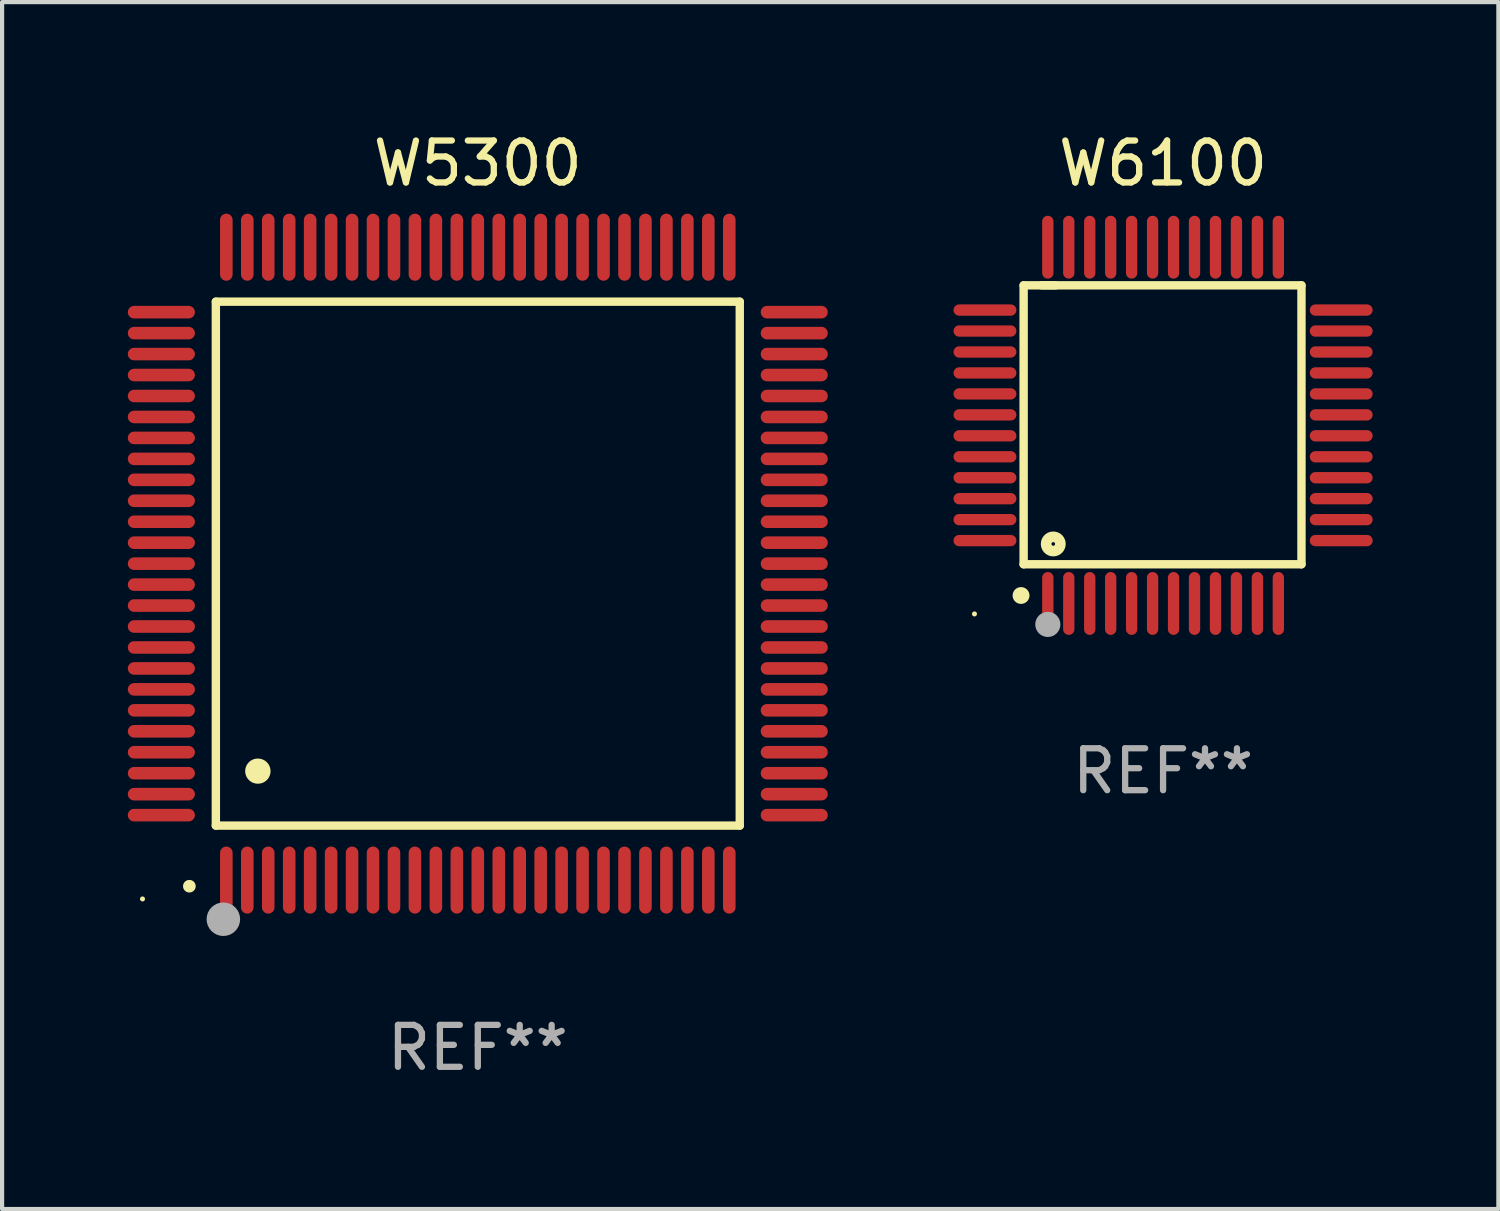
<source format=kicad_pcb>
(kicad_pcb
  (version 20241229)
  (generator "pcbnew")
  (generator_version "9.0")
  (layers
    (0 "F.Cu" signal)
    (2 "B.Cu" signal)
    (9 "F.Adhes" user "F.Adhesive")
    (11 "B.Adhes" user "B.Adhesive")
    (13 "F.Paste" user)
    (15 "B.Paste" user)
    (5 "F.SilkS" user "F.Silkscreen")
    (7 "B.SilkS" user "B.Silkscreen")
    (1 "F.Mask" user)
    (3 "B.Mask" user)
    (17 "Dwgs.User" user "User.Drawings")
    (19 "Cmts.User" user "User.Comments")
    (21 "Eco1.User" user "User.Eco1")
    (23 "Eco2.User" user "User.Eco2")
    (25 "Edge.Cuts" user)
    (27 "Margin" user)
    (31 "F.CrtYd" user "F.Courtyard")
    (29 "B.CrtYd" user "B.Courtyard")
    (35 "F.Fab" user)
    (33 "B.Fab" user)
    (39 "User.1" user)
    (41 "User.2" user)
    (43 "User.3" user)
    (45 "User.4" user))
  (footprint "W5300"
    (layer "F.Cu")
    (at 8.35 10.398)
    (property "Reference" "W5300" (at 0 -9.55 0) (layer "F.SilkS") (effects (font (size 1 1) (thickness 0.15))))
    (attr through_hole)
    (fp_line (start -6.25 -6.25) (end -6.25 6.25) (stroke (width 0.2) (type solid)) (layer "F.SilkS"))
    (fp_line (start -6.25 6.25) (end 6.25 6.25) (stroke (width 0.2) (type solid)) (layer "F.SilkS"))
    (fp_line (start 6.25 -6.25) (end -6.25 -6.25) (stroke (width 0.2) (type solid)) (layer "F.SilkS"))
    (fp_line (start 6.25 6.25) (end 6.25 -6.25) (stroke (width 0.2) (type solid)) (layer "F.SilkS"))
    (fp_arc (start -6.883414 7.696215) (mid -6.882144 7.69621) (end -6.880874 7.696215) (stroke (width 0.3) (type solid)) (layer "F.SilkS"))
    (fp_arc (start -5.250191 4.95047) (mid -5.247651 4.950459) (end -5.245111 4.95047) (stroke (width 0.6) (type solid)) (layer "F.SilkS"))
    (fp_circle (center -8 8) (end -7.97 8) (stroke (width 0.06) (type solid)) (fill no) (layer "F.SilkS"))
    (fp_circle (center -6.071 8.484) (end -5.871 8.484) (stroke (width 0.4) (type solid)) (fill no) (layer "F.Fab"))
    (fp_text user "REF**" (at 0 11.55 0) (layer "F.Fab") (effects (font (size 1 1) (thickness 0.15))))
    (pad "1" smd oval (at -6 7.55) (size 0.3 1.6) (layers "F.Cu" "F.Mask" "F.Paste"))
    (pad "2" smd oval (at -5.5 7.55) (size 0.3 1.6) (layers "F.Cu" "F.Mask" "F.Paste"))
    (pad "3" smd oval (at -5 7.55) (size 0.3 1.6) (layers "F.Cu" "F.Mask" "F.Paste"))
    (pad "4" smd oval (at -4.5 7.55) (size 0.3 1.6) (layers "F.Cu" "F.Mask" "F.Paste"))
    (pad "5" smd oval (at -4 7.55) (size 0.3 1.6) (layers "F.Cu" "F.Mask" "F.Paste"))
    (pad "6" smd oval (at -3.5 7.55) (size 0.3 1.6) (layers "F.Cu" "F.Mask" "F.Paste"))
    (pad "7" smd oval (at -3 7.55) (size 0.3 1.6) (layers "F.Cu" "F.Mask" "F.Paste"))
    (pad "8" smd oval (at -2.5 7.55) (size 0.3 1.6) (layers "F.Cu" "F.Mask" "F.Paste"))
    (pad "9" smd oval (at -2 7.55) (size 0.3 1.6) (layers "F.Cu" "F.Mask" "F.Paste"))
    (pad "10" smd oval (at -1.5 7.55) (size 0.3 1.6) (layers "F.Cu" "F.Mask" "F.Paste"))
    (pad "11" smd oval (at -1 7.55) (size 0.3 1.6) (layers "F.Cu" "F.Mask" "F.Paste"))
    (pad "12" smd oval (at -0.5 7.55) (size 0.3 1.6) (layers "F.Cu" "F.Mask" "F.Paste"))
    (pad "13" smd oval (at 0 7.55) (size 0.3 1.6) (layers "F.Cu" "F.Mask" "F.Paste"))
    (pad "14" smd oval (at 0.5 7.55) (size 0.3 1.6) (layers "F.Cu" "F.Mask" "F.Paste"))
    (pad "15" smd oval (at 1 7.55) (size 0.3 1.6) (layers "F.Cu" "F.Mask" "F.Paste"))
    (pad "16" smd oval (at 1.5 7.55) (size 0.3 1.6) (layers "F.Cu" "F.Mask" "F.Paste"))
    (pad "17" smd oval (at 2 7.55) (size 0.3 1.6) (layers "F.Cu" "F.Mask" "F.Paste"))
    (pad "18" smd oval (at 2.5 7.55) (size 0.3 1.6) (layers "F.Cu" "F.Mask" "F.Paste"))
    (pad "19" smd oval (at 3 7.55) (size 0.3 1.6) (layers "F.Cu" "F.Mask" "F.Paste"))
    (pad "20" smd oval (at 3.5 7.55) (size 0.3 1.6) (layers "F.Cu" "F.Mask" "F.Paste"))
    (pad "21" smd oval (at 4 7.55) (size 0.3 1.6) (layers "F.Cu" "F.Mask" "F.Paste"))
    (pad "22" smd oval (at 4.5 7.55) (size 0.3 1.6) (layers "F.Cu" "F.Mask" "F.Paste"))
    (pad "23" smd oval (at 5 7.55) (size 0.3 1.6) (layers "F.Cu" "F.Mask" "F.Paste"))
    (pad "24" smd oval (at 5.5 7.55) (size 0.3 1.6) (layers "F.Cu" "F.Mask" "F.Paste"))
    (pad "25" smd oval (at 6 7.55) (size 0.3 1.6) (layers "F.Cu" "F.Mask" "F.Paste"))
    (pad "26" smd oval (at 7.55 6) (size 1.6 0.3) (layers "F.Cu" "F.Mask" "F.Paste"))
    (pad "27" smd oval (at 7.55 5.5) (size 1.6 0.3) (layers "F.Cu" "F.Mask" "F.Paste"))
    (pad "28" smd oval (at 7.55 5) (size 1.6 0.3) (layers "F.Cu" "F.Mask" "F.Paste"))
    (pad "29" smd oval (at 7.55 4.5) (size 1.6 0.3) (layers "F.Cu" "F.Mask" "F.Paste"))
    (pad "30" smd oval (at 7.55 4) (size 1.6 0.3) (layers "F.Cu" "F.Mask" "F.Paste"))
    (pad "31" smd oval (at 7.55 3.5) (size 1.6 0.3) (layers "F.Cu" "F.Mask" "F.Paste"))
    (pad "32" smd oval (at 7.55 3) (size 1.6 0.3) (layers "F.Cu" "F.Mask" "F.Paste"))
    (pad "33" smd oval (at 7.55 2.5) (size 1.6 0.3) (layers "F.Cu" "F.Mask" "F.Paste"))
    (pad "34" smd oval (at 7.55 2) (size 1.6 0.3) (layers "F.Cu" "F.Mask" "F.Paste"))
    (pad "35" smd oval (at 7.55 1.5) (size 1.6 0.3) (layers "F.Cu" "F.Mask" "F.Paste"))
    (pad "36" smd oval (at 7.55 1) (size 1.6 0.3) (layers "F.Cu" "F.Mask" "F.Paste"))
    (pad "37" smd oval (at 7.55 0.5) (size 1.6 0.3) (layers "F.Cu" "F.Mask" "F.Paste"))
    (pad "38" smd oval (at 7.55 0) (size 1.6 0.3) (layers "F.Cu" "F.Mask" "F.Paste"))
    (pad "39" smd oval (at 7.55 -0.5) (size 1.6 0.3) (layers "F.Cu" "F.Mask" "F.Paste"))
    (pad "40" smd oval (at 7.55 -1) (size 1.6 0.3) (layers "F.Cu" "F.Mask" "F.Paste"))
    (pad "41" smd oval (at 7.55 -1.5) (size 1.6 0.3) (layers "F.Cu" "F.Mask" "F.Paste"))
    (pad "42" smd oval (at 7.55 -2) (size 1.6 0.3) (layers "F.Cu" "F.Mask" "F.Paste"))
    (pad "43" smd oval (at 7.55 -2.5) (size 1.6 0.3) (layers "F.Cu" "F.Mask" "F.Paste"))
    (pad "44" smd oval (at 7.55 -3) (size 1.6 0.3) (layers "F.Cu" "F.Mask" "F.Paste"))
    (pad "45" smd oval (at 7.55 -3.5) (size 1.6 0.3) (layers "F.Cu" "F.Mask" "F.Paste"))
    (pad "46" smd oval (at 7.55 -4) (size 1.6 0.3) (layers "F.Cu" "F.Mask" "F.Paste"))
    (pad "47" smd oval (at 7.55 -4.5) (size 1.6 0.3) (layers "F.Cu" "F.Mask" "F.Paste"))
    (pad "48" smd oval (at 7.55 -5) (size 1.6 0.3) (layers "F.Cu" "F.Mask" "F.Paste"))
    (pad "49" smd oval (at 7.55 -5.5) (size 1.6 0.3) (layers "F.Cu" "F.Mask" "F.Paste"))
    (pad "50" smd oval (at 7.55 -6) (size 1.6 0.3) (layers "F.Cu" "F.Mask" "F.Paste"))
    (pad "51" smd oval (at 6 -7.55) (size 0.3 1.6) (layers "F.Cu" "F.Mask" "F.Paste"))
    (pad "52" smd oval (at 5.5 -7.55) (size 0.3 1.6) (layers "F.Cu" "F.Mask" "F.Paste"))
    (pad "53" smd oval (at 5 -7.55) (size 0.3 1.6) (layers "F.Cu" "F.Mask" "F.Paste"))
    (pad "54" smd oval (at 4.5 -7.55) (size 0.3 1.6) (layers "F.Cu" "F.Mask" "F.Paste"))
    (pad "55" smd oval (at 4 -7.55) (size 0.3 1.6) (layers "F.Cu" "F.Mask" "F.Paste"))
    (pad "56" smd oval (at 3.5 -7.55) (size 0.3 1.6) (layers "F.Cu" "F.Mask" "F.Paste"))
    (pad "57" smd oval (at 3 -7.55) (size 0.3 1.6) (layers "F.Cu" "F.Mask" "F.Paste"))
    (pad "58" smd oval (at 2.5 -7.55) (size 0.3 1.6) (layers "F.Cu" "F.Mask" "F.Paste"))
    (pad "59" smd oval (at 2 -7.55) (size 0.3 1.6) (layers "F.Cu" "F.Mask" "F.Paste"))
    (pad "60" smd oval (at 1.5 -7.55) (size 0.3 1.6) (layers "F.Cu" "F.Mask" "F.Paste"))
    (pad "61" smd oval (at 1 -7.55) (size 0.3 1.6) (layers "F.Cu" "F.Mask" "F.Paste"))
    (pad "62" smd oval (at 0.5 -7.55) (size 0.3 1.6) (layers "F.Cu" "F.Mask" "F.Paste"))
    (pad "63" smd oval (at 0 -7.55) (size 0.3 1.6) (layers "F.Cu" "F.Mask" "F.Paste"))
    (pad "64" smd oval (at -0.5 -7.55) (size 0.3 1.6) (layers "F.Cu" "F.Mask" "F.Paste"))
    (pad "65" smd oval (at -1 -7.55) (size 0.3 1.6) (layers "F.Cu" "F.Mask" "F.Paste"))
    (pad "66" smd oval (at -1.5 -7.55) (size 0.3 1.6) (layers "F.Cu" "F.Mask" "F.Paste"))
    (pad "67" smd oval (at -2 -7.55) (size 0.3 1.6) (layers "F.Cu" "F.Mask" "F.Paste"))
    (pad "68" smd oval (at -2.5 -7.55) (size 0.3 1.6) (layers "F.Cu" "F.Mask" "F.Paste"))
    (pad "69" smd oval (at -3 -7.55) (size 0.3 1.6) (layers "F.Cu" "F.Mask" "F.Paste"))
    (pad "70" smd oval (at -3.5 -7.55) (size 0.3 1.6) (layers "F.Cu" "F.Mask" "F.Paste"))
    (pad "71" smd oval (at -4 -7.55) (size 0.3 1.6) (layers "F.Cu" "F.Mask" "F.Paste"))
    (pad "72" smd oval (at -4.5 -7.55) (size 0.3 1.6) (layers "F.Cu" "F.Mask" "F.Paste"))
    (pad "73" smd oval (at -5 -7.55) (size 0.3 1.6) (layers "F.Cu" "F.Mask" "F.Paste"))
    (pad "74" smd oval (at -5.5 -7.55) (size 0.3 1.6) (layers "F.Cu" "F.Mask" "F.Paste"))
    (pad "75" smd oval (at -6 -7.55) (size 0.3 1.6) (layers "F.Cu" "F.Mask" "F.Paste"))
    (pad "76" smd oval (at -7.55 -6) (size 1.6 0.3) (layers "F.Cu" "F.Mask" "F.Paste"))
    (pad "77" smd oval (at -7.55 -5.5) (size 1.6 0.3) (layers "F.Cu" "F.Mask" "F.Paste"))
    (pad "78" smd oval (at -7.55 -5) (size 1.6 0.3) (layers "F.Cu" "F.Mask" "F.Paste"))
    (pad "79" smd oval (at -7.55 -4.5) (size 1.6 0.3) (layers "F.Cu" "F.Mask" "F.Paste"))
    (pad "80" smd oval (at -7.55 -4) (size 1.6 0.3) (layers "F.Cu" "F.Mask" "F.Paste"))
    (pad "81" smd oval (at -7.55 -3.5) (size 1.6 0.3) (layers "F.Cu" "F.Mask" "F.Paste"))
    (pad "82" smd oval (at -7.55 -3) (size 1.6 0.3) (layers "F.Cu" "F.Mask" "F.Paste"))
    (pad "83" smd oval (at -7.55 -2.5) (size 1.6 0.3) (layers "F.Cu" "F.Mask" "F.Paste"))
    (pad "84" smd oval (at -7.55 -2) (size 1.6 0.3) (layers "F.Cu" "F.Mask" "F.Paste"))
    (pad "85" smd oval (at -7.55 -1.5) (size 1.6 0.3) (layers "F.Cu" "F.Mask" "F.Paste"))
    (pad "86" smd oval (at -7.55 -1) (size 1.6 0.3) (layers "F.Cu" "F.Mask" "F.Paste"))
    (pad "87" smd oval (at -7.55 -0.5) (size 1.6 0.3) (layers "F.Cu" "F.Mask" "F.Paste"))
    (pad "88" smd oval (at -7.55 0) (size 1.6 0.3) (layers "F.Cu" "F.Mask" "F.Paste"))
    (pad "89" smd oval (at -7.55 0.5) (size 1.6 0.3) (layers "F.Cu" "F.Mask" "F.Paste"))
    (pad "90" smd oval (at -7.55 1) (size 1.6 0.3) (layers "F.Cu" "F.Mask" "F.Paste"))
    (pad "91" smd oval (at -7.55 1.5) (size 1.6 0.3) (layers "F.Cu" "F.Mask" "F.Paste"))
    (pad "92" smd oval (at -7.55 2) (size 1.6 0.3) (layers "F.Cu" "F.Mask" "F.Paste"))
    (pad "93" smd oval (at -7.55 2.5) (size 1.6 0.3) (layers "F.Cu" "F.Mask" "F.Paste"))
    (pad "94" smd oval (at -7.55 3) (size 1.6 0.3) (layers "F.Cu" "F.Mask" "F.Paste"))
    (pad "95" smd oval (at -7.55 3.5) (size 1.6 0.3) (layers "F.Cu" "F.Mask" "F.Paste"))
    (pad "96" smd oval (at -7.55 4) (size 1.6 0.3) (layers "F.Cu" "F.Mask" "F.Paste"))
    (pad "97" smd oval (at -7.55 4.5) (size 1.6 0.3) (layers "F.Cu" "F.Mask" "F.Paste"))
    (pad "98" smd oval (at -7.55 5) (size 1.6 0.3) (layers "F.Cu" "F.Mask" "F.Paste"))
    (pad "99" smd oval (at -7.55 5.5) (size 1.6 0.3) (layers "F.Cu" "F.Mask" "F.Paste"))
    (pad "100" smd oval (at -7.55 6) (size 1.6 0.3) (layers "F.Cu" "F.Mask" "F.Paste")))
  (footprint "W6100"
    (layer "F.Cu")
    (at 24.7 7.098)
    (property "Reference" "W6100" (at 0 -6.25 0) (layer "F.SilkS") (effects (font (size 1 1) (thickness 0.15))))
    (attr through_hole)
    (fp_line (start -3.327 -3.34) (end -2.565 -3.34) (stroke (width 0.2) (type solid)) (layer "F.SilkS"))
    (fp_line (start -3.327 3.315) (end -3.327 -3.34) (stroke (width 0.2) (type solid)) (layer "F.SilkS"))
    (fp_line (start -2.896 -3.34) (end 3.302 -3.34) (stroke (width 0.2) (type solid)) (layer "F.SilkS"))
    (fp_line (start 3.302 -3.34) (end 3.302 3.315) (stroke (width 0.2) (type solid)) (layer "F.SilkS"))
    (fp_line (start 3.302 3.315) (end -3.327 3.315) (stroke (width 0.2) (type solid)) (layer "F.SilkS"))
    (fp_arc (start -3.389992 4.059995) (mid -3.388722 4.059991) (end -3.387452 4.059995) (stroke (width 0.4) (type solid)) (layer "F.SilkS"))
    (fp_circle (center -4.5 4.5) (end -4.47 4.5) (stroke (width 0.06) (type solid)) (fill no) (layer "F.SilkS"))
    (fp_circle (center -2.62 2.83) (end -2.45 2.83) (stroke (width 0.254) (type solid)) (fill no) (layer "F.SilkS"))
    (fp_circle (center -2.75 4.75) (end -2.6 4.75) (stroke (width 0.3) (type solid)) (fill no) (layer "F.Fab"))
    (fp_text user "REF**" (at 0 8.25 0) (layer "F.Fab") (effects (font (size 1 1) (thickness 0.15))))
    (pad "1" smd oval (at -2.75 4.25) (size 0.27 1.5) (layers "F.Cu" "F.Mask" "F.Paste"))
    (pad "2" smd oval (at -2.25 4.25) (size 0.27 1.5) (layers "F.Cu" "F.Mask" "F.Paste"))
    (pad "3" smd oval (at -1.75 4.25) (size 0.27 1.5) (layers "F.Cu" "F.Mask" "F.Paste"))
    (pad "4" smd oval (at -1.25 4.25) (size 0.27 1.5) (layers "F.Cu" "F.Mask" "F.Paste"))
    (pad "5" smd oval (at -0.75 4.25) (size 0.27 1.5) (layers "F.Cu" "F.Mask" "F.Paste"))
    (pad "6" smd oval (at -0.25 4.25) (size 0.27 1.5) (layers "F.Cu" "F.Mask" "F.Paste"))
    (pad "7" smd oval (at 0.25 4.25) (size 0.27 1.5) (layers "F.Cu" "F.Mask" "F.Paste"))
    (pad "8" smd oval (at 0.75 4.25) (size 0.27 1.5) (layers "F.Cu" "F.Mask" "F.Paste"))
    (pad "9" smd oval (at 1.25 4.25) (size 0.27 1.5) (layers "F.Cu" "F.Mask" "F.Paste"))
    (pad "10" smd oval (at 1.75 4.25) (size 0.27 1.5) (layers "F.Cu" "F.Mask" "F.Paste"))
    (pad "11" smd oval (at 2.25 4.25) (size 0.27 1.5) (layers "F.Cu" "F.Mask" "F.Paste"))
    (pad "12" smd oval (at 2.75 4.25) (size 0.27 1.5) (layers "F.Cu" "F.Mask" "F.Paste"))
    (pad "13" smd oval (at 4.25 2.75) (size 1.5 0.27) (layers "F.Cu" "F.Mask" "F.Paste"))
    (pad "14" smd oval (at 4.25 2.25) (size 1.5 0.27) (layers "F.Cu" "F.Mask" "F.Paste"))
    (pad "15" smd oval (at 4.25 1.75) (size 1.5 0.27) (layers "F.Cu" "F.Mask" "F.Paste"))
    (pad "16" smd oval (at 4.25 1.25) (size 1.5 0.27) (layers "F.Cu" "F.Mask" "F.Paste"))
    (pad "17" smd oval (at 4.25 0.75) (size 1.5 0.27) (layers "F.Cu" "F.Mask" "F.Paste"))
    (pad "18" smd oval (at 4.25 0.25) (size 1.5 0.27) (layers "F.Cu" "F.Mask" "F.Paste"))
    (pad "19" smd oval (at 4.25 -0.25) (size 1.5 0.27) (layers "F.Cu" "F.Mask" "F.Paste"))
    (pad "20" smd oval (at 4.25 -0.75) (size 1.5 0.27) (layers "F.Cu" "F.Mask" "F.Paste"))
    (pad "21" smd oval (at 4.25 -1.25) (size 1.5 0.27) (layers "F.Cu" "F.Mask" "F.Paste"))
    (pad "22" smd oval (at 4.25 -1.75) (size 1.5 0.27) (layers "F.Cu" "F.Mask" "F.Paste"))
    (pad "23" smd oval (at 4.25 -2.25) (size 1.5 0.27) (layers "F.Cu" "F.Mask" "F.Paste"))
    (pad "24" smd oval (at 4.25 -2.75) (size 1.5 0.27) (layers "F.Cu" "F.Mask" "F.Paste"))
    (pad "25" smd oval (at 2.75 -4.25) (size 0.27 1.5) (layers "F.Cu" "F.Mask" "F.Paste"))
    (pad "26" smd oval (at 2.25 -4.25) (size 0.27 1.5) (layers "F.Cu" "F.Mask" "F.Paste"))
    (pad "27" smd oval (at 1.75 -4.25) (size 0.27 1.5) (layers "F.Cu" "F.Mask" "F.Paste"))
    (pad "28" smd oval (at 1.25 -4.25) (size 0.27 1.5) (layers "F.Cu" "F.Mask" "F.Paste"))
    (pad "29" smd oval (at 0.75 -4.25) (size 0.27 1.5) (layers "F.Cu" "F.Mask" "F.Paste"))
    (pad "30" smd oval (at 0.25 -4.25) (size 0.27 1.5) (layers "F.Cu" "F.Mask" "F.Paste"))
    (pad "31" smd oval (at -0.25 -4.25) (size 0.27 1.5) (layers "F.Cu" "F.Mask" "F.Paste"))
    (pad "32" smd oval (at -0.75 -4.25) (size 0.27 1.5) (layers "F.Cu" "F.Mask" "F.Paste"))
    (pad "33" smd oval (at -1.25 -4.25) (size 0.27 1.5) (layers "F.Cu" "F.Mask" "F.Paste"))
    (pad "34" smd oval (at -1.75 -4.25) (size 0.27 1.5) (layers "F.Cu" "F.Mask" "F.Paste"))
    (pad "35" smd oval (at -2.25 -4.25) (size 0.27 1.5) (layers "F.Cu" "F.Mask" "F.Paste"))
    (pad "36" smd oval (at -2.75 -4.25) (size 0.27 1.5) (layers "F.Cu" "F.Mask" "F.Paste"))
    (pad "37" smd oval (at -4.25 -2.75) (size 1.5 0.27) (layers "F.Cu" "F.Mask" "F.Paste"))
    (pad "38" smd oval (at -4.25 -2.25) (size 1.5 0.27) (layers "F.Cu" "F.Mask" "F.Paste"))
    (pad "39" smd oval (at -4.25 -1.75) (size 1.5 0.27) (layers "F.Cu" "F.Mask" "F.Paste"))
    (pad "40" smd oval (at -4.25 -1.25) (size 1.5 0.27) (layers "F.Cu" "F.Mask" "F.Paste"))
    (pad "41" smd oval (at -4.25 -0.75) (size 1.5 0.27) (layers "F.Cu" "F.Mask" "F.Paste"))
    (pad "42" smd oval (at -4.25 -0.25) (size 1.5 0.27) (layers "F.Cu" "F.Mask" "F.Paste"))
    (pad "43" smd oval (at -4.25 0.25) (size 1.5 0.27) (layers "F.Cu" "F.Mask" "F.Paste"))
    (pad "44" smd oval (at -4.25 0.75) (size 1.5 0.27) (layers "F.Cu" "F.Mask" "F.Paste"))
    (pad "45" smd oval (at -4.25 1.25) (size 1.5 0.27) (layers "F.Cu" "F.Mask" "F.Paste"))
    (pad "46" smd oval (at -4.25 1.75) (size 1.5 0.27) (layers "F.Cu" "F.Mask" "F.Paste"))
    (pad "47" smd oval (at -4.25 2.25) (size 1.5 0.27) (layers "F.Cu" "F.Mask" "F.Paste"))
    (pad "48" smd oval (at -4.25 2.75) (size 1.5 0.27) (layers "F.Cu" "F.Mask" "F.Paste")))
  (gr_rect
    (start -3 -3)
    (end 32.7 25.796)
    (stroke (width 0.1) (type default))
    (fill no)
    (layer "Edge.Cuts")))
</source>
